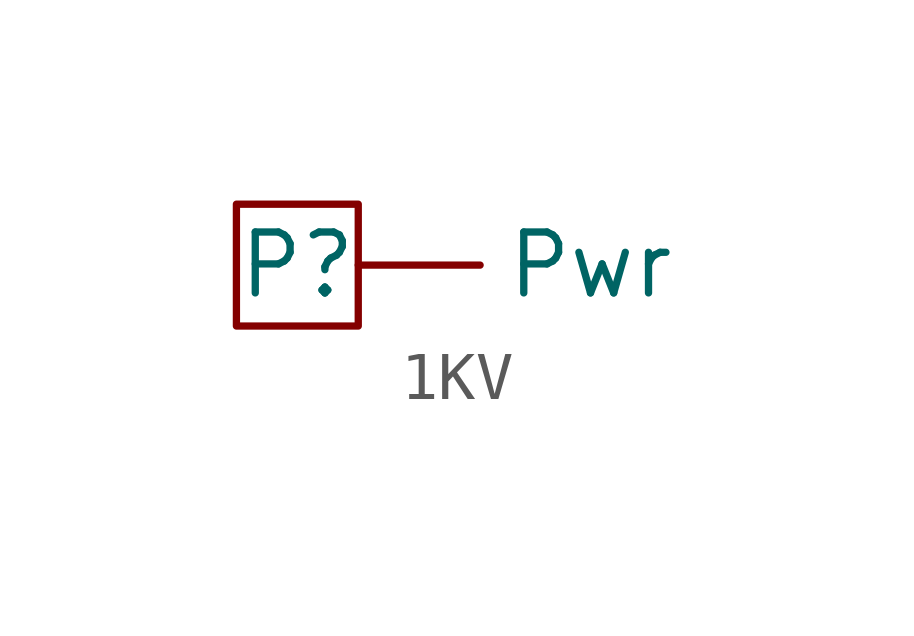
<source format=kicad_sym>
(kicad_symbol_lib
  (version 20220914)
  (generator kicad_symbol_editor)
  (symbol "1KV"
    (property "Reference" "P"
      (at 0 0 0)
      (effects (font (size 1.27 1.27))))
    (property "Value" ""
      (at 0 0 0)
      (effects (font (size 1.27 1.27))))
    (symbol "1KV_0_1"
      (rectangle (start -1.27 1.27) (end 1.27 -1.27) (stroke (width 0) (type default)) (fill (type none))))
    (symbol "1KV_1_1"
      (pin output line (at 1.27 0 0) (length 2.54) (name "Pwr" (effects (font (size 1.27 1.27)))) (number "" (effects (font (size 1.27 1.27))))))))
</source>
